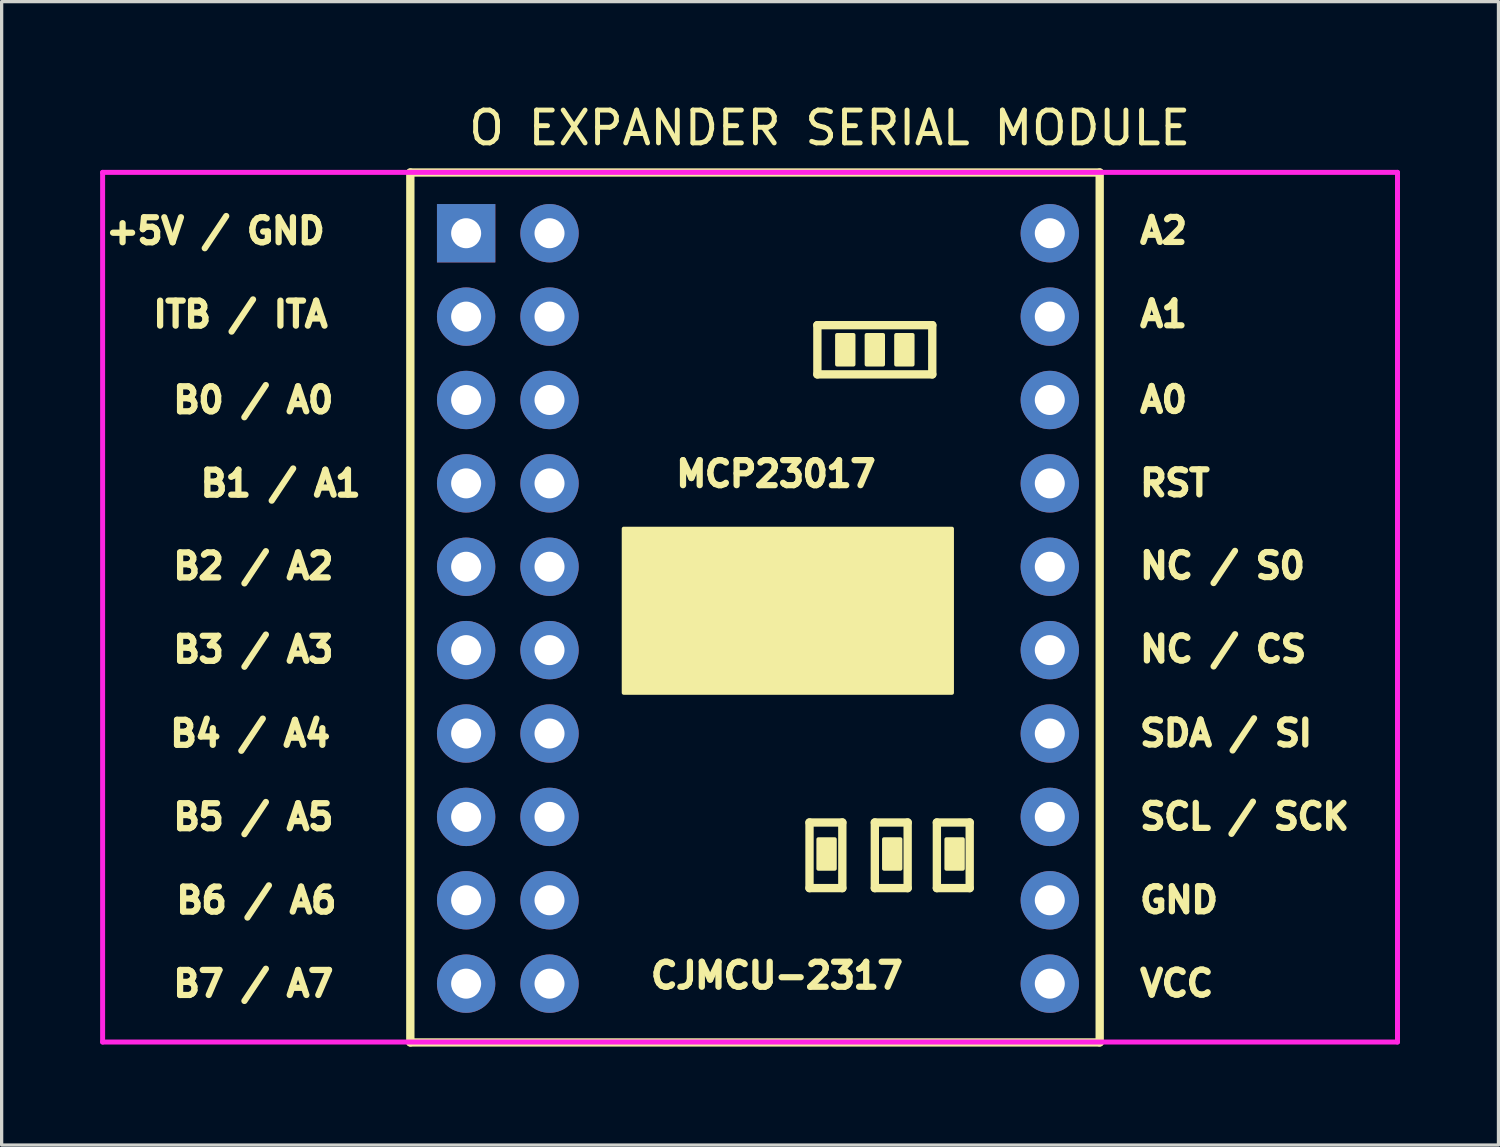
<source format=kicad_pcb>
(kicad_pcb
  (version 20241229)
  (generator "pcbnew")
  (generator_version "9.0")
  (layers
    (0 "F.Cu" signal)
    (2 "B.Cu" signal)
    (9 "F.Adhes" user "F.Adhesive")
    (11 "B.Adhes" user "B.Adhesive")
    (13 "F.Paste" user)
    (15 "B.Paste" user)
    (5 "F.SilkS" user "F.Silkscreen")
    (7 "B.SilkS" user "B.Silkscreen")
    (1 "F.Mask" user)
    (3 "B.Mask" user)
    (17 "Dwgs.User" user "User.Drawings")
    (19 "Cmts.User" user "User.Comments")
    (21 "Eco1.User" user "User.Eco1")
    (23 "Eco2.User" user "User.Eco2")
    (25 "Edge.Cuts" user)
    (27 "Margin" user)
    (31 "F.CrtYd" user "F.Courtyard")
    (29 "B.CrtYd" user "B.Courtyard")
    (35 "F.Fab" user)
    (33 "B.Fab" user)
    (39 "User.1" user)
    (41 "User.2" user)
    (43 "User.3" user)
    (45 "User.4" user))
  (footprint "O EXPANDER SERIAL MODULE"
    (layer "F.Cu")
    (at 11.15 4.055)
    (property "Reference" "O EXPANDER SERIAL MODULE" (at 0 -3.207 0) (layer "F.SilkS") (effects (font (size 1 1) (thickness 0.15)) (justify left)))
    (attr through_hole)
    (fp_line (start -1.7 -1.85) (end 19.3 -1.85) (stroke (width 0.254) (type solid)) (layer "F.SilkS"))
    (fp_line (start -1.7 24.65) (end -1.7 -1.85) (stroke (width 0.254) (type solid)) (layer "F.SilkS"))
    (fp_line (start 10.46 17.95) (end 11.46 17.95) (stroke (width 0.254) (type solid)) (layer "F.SilkS"))
    (fp_line (start 10.46 19.95) (end 10.46 17.95) (stroke (width 0.254) (type solid)) (layer "F.SilkS"))
    (fp_line (start 10.7 2.8) (end 14.2 2.8) (stroke (width 0.254) (type solid)) (layer "F.SilkS"))
    (fp_line (start 10.7 4.3) (end 10.7 2.8) (stroke (width 0.254) (type solid)) (layer "F.SilkS"))
    (fp_line (start 11.46 17.95) (end 11.46 19.95) (stroke (width 0.254) (type solid)) (layer "F.SilkS"))
    (fp_line (start 11.46 19.95) (end 10.46 19.95) (stroke (width 0.254) (type solid)) (layer "F.SilkS"))
    (fp_line (start 12.45 17.95) (end 13.45 17.95) (stroke (width 0.254) (type solid)) (layer "F.SilkS"))
    (fp_line (start 12.45 19.95) (end 12.45 17.95) (stroke (width 0.254) (type solid)) (layer "F.SilkS"))
    (fp_line (start 13.45 17.95) (end 13.45 19.95) (stroke (width 0.254) (type solid)) (layer "F.SilkS"))
    (fp_line (start 13.45 19.95) (end 12.45 19.95) (stroke (width 0.254) (type solid)) (layer "F.SilkS"))
    (fp_line (start 14.2 2.8) (end 14.2 4.3) (stroke (width 0.254) (type solid)) (layer "F.SilkS"))
    (fp_line (start 14.2 4.3) (end 10.7 4.3) (stroke (width 0.254) (type solid)) (layer "F.SilkS"))
    (fp_line (start 14.34 17.95) (end 15.34 17.95) (stroke (width 0.254) (type solid)) (layer "F.SilkS"))
    (fp_line (start 14.34 19.95) (end 14.34 17.95) (stroke (width 0.254) (type solid)) (layer "F.SilkS"))
    (fp_line (start 15.34 17.95) (end 15.34 19.95) (stroke (width 0.254) (type solid)) (layer "F.SilkS"))
    (fp_line (start 15.34 19.95) (end 14.34 19.95) (stroke (width 0.254) (type solid)) (layer "F.SilkS"))
    (fp_line (start 19.3 -1.85) (end 19.3 24.65) (stroke (width 0.254) (type solid)) (layer "F.SilkS"))
    (fp_line (start 19.3 24.65) (end -1.7 24.65) (stroke (width 0.254) (type solid)) (layer "F.SilkS"))
    (fp_poly (pts (xy 4.8 9) (xy 14.8 9) (xy 14.8 14) (xy 4.8 14)) (stroke (width 0.12) (type solid)) (fill yes) (layer "F.SilkS"))
    (fp_poly (pts (xy 10.73 18.46) (xy 11.23 18.46) (xy 11.23 19.36) (xy 10.73 19.36)) (stroke (width 0.12) (type solid)) (fill yes) (layer "F.SilkS"))
    (fp_poly (pts (xy 11.3 3.1) (xy 11.8 3.1) (xy 11.8 4) (xy 11.3 4)) (stroke (width 0.12) (type solid)) (fill yes) (layer "F.SilkS"))
    (fp_poly (pts (xy 12.2 3.1) (xy 12.7 3.1) (xy 12.7 4) (xy 12.2 4)) (stroke (width 0.12) (type solid)) (fill yes) (layer "F.SilkS"))
    (fp_poly (pts (xy 12.73 18.46) (xy 13.23 18.46) (xy 13.23 19.36) (xy 12.73 19.36)) (stroke (width 0.12) (type solid)) (fill yes) (layer "F.SilkS"))
    (fp_poly (pts (xy 13.1 3.1) (xy 13.6 3.1) (xy 13.6 4) (xy 13.1 4)) (stroke (width 0.12) (type solid)) (fill yes) (layer "F.SilkS"))
    (fp_poly (pts (xy 14.63 18.46) (xy 15.13 18.46) (xy 15.13 19.36) (xy 14.63 19.36)) (stroke (width 0.12) (type solid)) (fill yes) (layer "F.SilkS"))
    (fp_line (start -11.074 -1.854) (end 28.372 -1.854) (stroke (width 0.152) (type solid)) (layer "F.CrtYd"))
    (fp_line (start -11.074 24.638) (end -11.074 -1.854) (stroke (width 0.152) (type solid)) (layer "F.CrtYd"))
    (fp_line (start 28.372 -1.854) (end 28.372 24.638) (stroke (width 0.152) (type solid)) (layer "F.CrtYd"))
    (fp_line (start 28.372 24.638) (end -11.074 24.638) (stroke (width 0.152) (type solid)) (layer "F.CrtYd"))
    (fp_text user "B7 / A7" (at -9.02 22.862 0) (layer "F.SilkS") (effects (font (size 0.762 0.762) (thickness 0.203)) (justify left)))
    (fp_text user "RST" (at 20.432 7.612 0) (layer "F.SilkS") (effects (font (size 0.762 0.762) (thickness 0.203)) (justify left)))
    (fp_text user "VCC" (at 20.432 22.852 0) (layer "F.SilkS") (effects (font (size 0.762 0.762) (thickness 0.203)) (justify left)))
    (fp_text user "GND" (at 20.43 20.312 0) (layer "F.SilkS") (effects (font (size 0.762 0.762) (thickness 0.203)) (justify left)))
    (fp_text user "ITB / ITA" (at -9.629 2.472 0) (layer "F.SilkS") (effects (font (size 0.762 0.762) (thickness 0.203)) (justify left)))
    (fp_text user "B2 / A2" (at -9.02 10.142 0) (layer "F.SilkS") (effects (font (size 0.762 0.762) (thickness 0.203)) (justify left)))
    (fp_text user "B3 / A3" (at -9.02 12.682 0) (layer "F.SilkS") (effects (font (size 0.762 0.762) (thickness 0.203)) (justify left)))
    (fp_text user "SDA / SI" (at 20.43 15.232 0) (layer "F.SilkS") (effects (font (size 0.762 0.762) (thickness 0.203)) (justify left)))
    (fp_text user "A0" (at 20.43 5.072 0) (layer "F.SilkS") (effects (font (size 0.762 0.762) (thickness 0.203)) (justify left)))
    (fp_text user "B0 / A0" (at -9.022 5.082 0) (layer "F.SilkS") (effects (font (size 0.762 0.762) (thickness 0.203)) (justify left)))
    (fp_text user "B6 / A6" (at -8.928 20.322 0) (layer "F.SilkS") (effects (font (size 0.762 0.762) (thickness 0.203)) (justify left)))
    (fp_text user "A2" (at 20.43 -0.078 0) (layer "F.SilkS") (effects (font (size 0.762 0.762) (thickness 0.203)) (justify left)))
    (fp_text user "MCP23017" (at 6.3 7.332 0) (layer "F.SilkS") (effects (font (size 0.762 0.762) (thickness 0.203)) (justify left)))
    (fp_text user "B1 / A1" (at -8.189 7.622 0) (layer "F.SilkS") (effects (font (size 0.762 0.762) (thickness 0.203)) (justify left)))
    (fp_text user "SCL / SCK" (at 20.432 17.772 0) (layer "F.SilkS") (effects (font (size 0.762 0.762) (thickness 0.203)) (justify left)))
    (fp_text user "NC / S0" (at 20.43 10.132 0) (layer "F.SilkS") (effects (font (size 0.762 0.762) (thickness 0.203)) (justify left)))
    (fp_text user "NC / CS" (at 20.432 12.672 0) (layer "F.SilkS") (effects (font (size 0.762 0.762) (thickness 0.203)) (justify left)))
    (fp_text user "A1" (at 20.432 2.462 0) (layer "F.SilkS") (effects (font (size 0.762 0.762) (thickness 0.203)) (justify left)))
    (fp_text user "CJMCU-2317" (at 5.53 22.612 0) (layer "F.SilkS") (effects (font (size 0.762 0.762) (thickness 0.203)) (justify left)))
    (fp_text user "B4 / A4" (at -9.114 15.242 0) (layer "F.SilkS") (effects (font (size 0.762 0.762) (thickness 0.203)) (justify left)))
    (fp_text user "+5V / GND" (at -11.063 -0.068 0) (layer "F.SilkS") (effects (font (size 0.762 0.762) (thickness 0.203)) (justify left)))
    (fp_text user "B5 / A5" (at -9.02 17.782 0) (layer "F.SilkS") (effects (font (size 0.762 0.762) (thickness 0.203)) (justify left)))
    (pad "1" thru_hole rect (at 0 0) (size 1.778 1.778) (drill 0.914) (layers "*.Cu" "*.Mask"))
    (pad "2" thru_hole circle (at 0 2.54) (size 1.778 1.778) (drill 0.914) (layers "*.Cu" "*.Mask"))
    (pad "3" thru_hole circle (at 0 5.08) (size 1.778 1.778) (drill 0.914) (layers "*.Cu" "*.Mask"))
    (pad "4" thru_hole circle (at 0 7.62) (size 1.778 1.778) (drill 0.914) (layers "*.Cu" "*.Mask"))
    (pad "5" thru_hole circle (at 0 10.16) (size 1.778 1.778) (drill 0.914) (layers "*.Cu" "*.Mask"))
    (pad "6" thru_hole circle (at 0 12.7) (size 1.778 1.778) (drill 0.914) (layers "*.Cu" "*.Mask"))
    (pad "7" thru_hole circle (at 0 15.24) (size 1.778 1.778) (drill 0.914) (layers "*.Cu" "*.Mask"))
    (pad "8" thru_hole circle (at 0 17.78) (size 1.778 1.778) (drill 0.914) (layers "*.Cu" "*.Mask"))
    (pad "9" thru_hole circle (at 0 20.32) (size 1.778 1.778) (drill 0.914) (layers "*.Cu" "*.Mask"))
    (pad "10" thru_hole circle (at 0 22.86) (size 1.778 1.778) (drill 0.914) (layers "*.Cu" "*.Mask"))
    (pad "11" thru_hole circle (at 2.54 0) (size 1.778 1.778) (drill 0.914) (layers "*.Cu" "*.Mask"))
    (pad "12" thru_hole circle (at 2.54 2.54) (size 1.778 1.778) (drill 0.914) (layers "*.Cu" "*.Mask"))
    (pad "13" thru_hole circle (at 2.54 5.08) (size 1.778 1.778) (drill 0.914) (layers "*.Cu" "*.Mask"))
    (pad "14" thru_hole circle (at 2.54 7.62) (size 1.778 1.778) (drill 0.914) (layers "*.Cu" "*.Mask"))
    (pad "15" thru_hole circle (at 2.54 10.16) (size 1.778 1.778) (drill 0.914) (layers "*.Cu" "*.Mask"))
    (pad "16" thru_hole circle (at 2.54 12.7) (size 1.778 1.778) (drill 0.914) (layers "*.Cu" "*.Mask"))
    (pad "17" thru_hole circle (at 2.54 15.24) (size 1.778 1.778) (drill 0.914) (layers "*.Cu" "*.Mask"))
    (pad "18" thru_hole circle (at 2.54 17.78) (size 1.778 1.778) (drill 0.914) (layers "*.Cu" "*.Mask"))
    (pad "19" thru_hole circle (at 2.54 20.32) (size 1.778 1.778) (drill 0.914) (layers "*.Cu" "*.Mask"))
    (pad "20" thru_hole circle (at 2.54 22.86) (size 1.778 1.778) (drill 0.914) (layers "*.Cu" "*.Mask"))
    (pad "21" thru_hole circle (at 17.78 22.86) (size 1.778 1.778) (drill 0.914) (layers "*.Cu" "*.Mask"))
    (pad "22" thru_hole circle (at 17.78 20.32) (size 1.778 1.778) (drill 0.914) (layers "*.Cu" "*.Mask"))
    (pad "23" thru_hole circle (at 17.78 17.78) (size 1.778 1.778) (drill 0.914) (layers "*.Cu" "*.Mask"))
    (pad "24" thru_hole circle (at 17.78 15.24) (size 1.778 1.778) (drill 0.914) (layers "*.Cu" "*.Mask"))
    (pad "25" thru_hole circle (at 17.78 12.7) (size 1.778 1.778) (drill 0.914) (layers "*.Cu" "*.Mask"))
    (pad "26" thru_hole circle (at 17.78 10.16) (size 1.778 1.778) (drill 0.914) (layers "*.Cu" "*.Mask"))
    (pad "27" thru_hole circle (at 17.78 7.62) (size 1.778 1.778) (drill 0.914) (layers "*.Cu" "*.Mask"))
    (pad "28" thru_hole circle (at 17.78 5.08) (size 1.778 1.778) (drill 0.914) (layers "*.Cu" "*.Mask"))
    (pad "29" thru_hole circle (at 17.78 2.54) (size 1.778 1.778) (drill 0.914) (layers "*.Cu" "*.Mask"))
    (pad "30" thru_hole circle (at 17.78 0) (size 1.778 1.778) (drill 0.914) (layers "*.Cu" "*.Mask")))
  (gr_rect
    (start -3 -3)
    (end 42.598 31.832)
    (stroke (width 0.1) (type default))
    (fill no)
    (layer "Edge.Cuts")))
</source>
